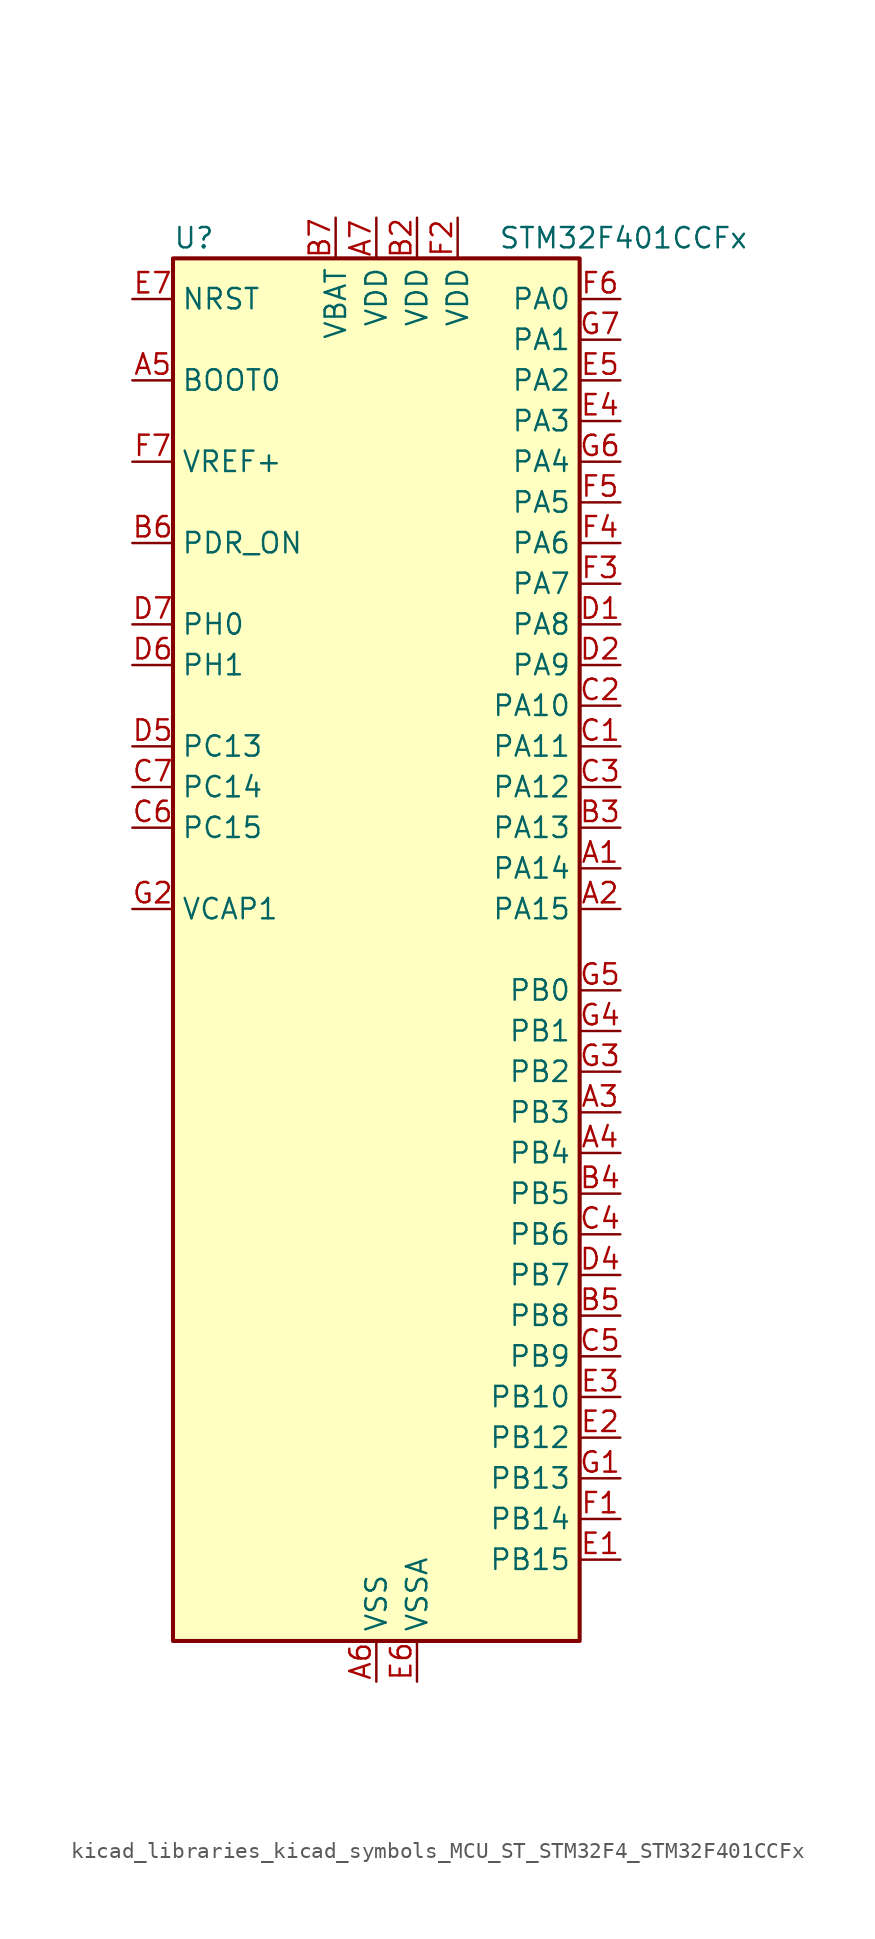
<source format=kicad_sym>
(kicad_symbol_lib
  (version 20220914)
  (generator kicad_symbol_editor)
  (symbol "kicad_libraries_kicad_symbols_MCU_ST_STM32F4_STM32F401CCFx"
    (property "Reference" "U"
      (at -12.7 44.45 0)
      (effects (font (size 1.27 1.27)) (justify left)))
    (property "Value" "STM32F401CCFx"
      (at 7.62 44.45 0)
      (effects (font (size 1.27 1.27)) (justify left)))
    (property "ki_locked" ""
      (at 0 0 0)
      (effects (font (size 1.27 1.27))))
    (symbol "kicad_libraries_kicad_symbols_MCU_ST_STM32F4_STM32F401CCFx_0_1"
      (rectangle (start -12.7 -43.18) (end 12.7 43.18) (stroke (width 0.254) (type default)) (fill (type background))))
    (symbol "kicad_libraries_kicad_symbols_MCU_ST_STM32F4_STM32F401CCFx_1_1"
      (pin bidirectional line (at 15.24 5.08 180) (length 2.54) (name "PA14" (effects (font (size 1.27 1.27)))) (number "A1" (effects (font (size 1.27 1.27)))) (alternate "SYS_JTCK-SWCLK" bidirectional line))
      (pin bidirectional line (at 15.24 2.54 180) (length 2.54) (name "PA15" (effects (font (size 1.27 1.27)))) (number "A2" (effects (font (size 1.27 1.27)))) (alternate "ADC1_EXTI15" bidirectional line) (alternate "I2S3_WS" bidirectional line) (alternate "SPI1_NSS" bidirectional line) (alternate "SPI3_NSS" bidirectional line) (alternate "SYS_JTDI" bidirectional line) (alternate "TIM2_CH1" bidirectional line) (alternate "TIM2_ETR" bidirectional line))
      (pin bidirectional line (at 15.24 -10.16 180) (length 2.54) (name "PB3" (effects (font (size 1.27 1.27)))) (number "A3" (effects (font (size 1.27 1.27)))) (alternate "I2C2_SDA" bidirectional line) (alternate "I2S3_CK" bidirectional line) (alternate "SPI1_SCK" bidirectional line) (alternate "SPI3_SCK" bidirectional line) (alternate "SYS_JTDO-SWO" bidirectional line) (alternate "TIM2_CH2" bidirectional line))
      (pin bidirectional line (at 15.24 -12.7 180) (length 2.54) (name "PB4" (effects (font (size 1.27 1.27)))) (number "A4" (effects (font (size 1.27 1.27)))) (alternate "I2C3_SDA" bidirectional line) (alternate "I2S3_ext_SD" bidirectional line) (alternate "SPI1_MISO" bidirectional line) (alternate "SPI3_MISO" bidirectional line) (alternate "SYS_JTRST" bidirectional line) (alternate "TIM3_CH1" bidirectional line))
      (pin input line (at -15.24 35.56 0) (length 2.54) (name "BOOT0" (effects (font (size 1.27 1.27)))) (number "A5" (effects (font (size 1.27 1.27)))))
      (pin power_in line (at 0 -45.72 90) (length 2.54) (name "VSS" (effects (font (size 1.27 1.27)))) (number "A6" (effects (font (size 1.27 1.27)))))
      (pin power_in line (at 0 45.72 270) (length 2.54) (name "VDD" (effects (font (size 1.27 1.27)))) (number "A7" (effects (font (size 1.27 1.27)))))
      (pin passive line (at 0 -45.72 90) (length 2.54) hide (name "VSS" (effects (font (size 1.27 1.27)))) (number "B1" (effects (font (size 1.27 1.27)))))
      (pin power_in line (at 2.54 45.72 270) (length 2.54) (name "VDD" (effects (font (size 1.27 1.27)))) (number "B2" (effects (font (size 1.27 1.27)))))
      (pin bidirectional line (at 15.24 7.62 180) (length 2.54) (name "PA13" (effects (font (size 1.27 1.27)))) (number "B3" (effects (font (size 1.27 1.27)))) (alternate "SYS_JTMS-SWDIO" bidirectional line))
      (pin bidirectional line (at 15.24 -15.24 180) (length 2.54) (name "PB5" (effects (font (size 1.27 1.27)))) (number "B4" (effects (font (size 1.27 1.27)))) (alternate "I2C1_SMBA" bidirectional line) (alternate "I2S3_SD" bidirectional line) (alternate "SPI1_MOSI" bidirectional line) (alternate "SPI3_MOSI" bidirectional line) (alternate "TIM3_CH2" bidirectional line))
      (pin bidirectional line (at 15.24 -22.86 180) (length 2.54) (name "PB8" (effects (font (size 1.27 1.27)))) (number "B5" (effects (font (size 1.27 1.27)))) (alternate "I2C1_SCL" bidirectional line) (alternate "TIM10_CH1" bidirectional line) (alternate "TIM4_CH3" bidirectional line))
      (pin input line (at -15.24 25.4 0) (length 2.54) (name "PDR_ON" (effects (font (size 1.27 1.27)))) (number "B6" (effects (font (size 1.27 1.27)))))
      (pin power_in line (at -2.54 45.72 270) (length 2.54) (name "VBAT" (effects (font (size 1.27 1.27)))) (number "B7" (effects (font (size 1.27 1.27)))))
      (pin bidirectional line (at 15.24 12.7 180) (length 2.54) (name "PA11" (effects (font (size 1.27 1.27)))) (number "C1" (effects (font (size 1.27 1.27)))) (alternate "ADC1_EXTI11" bidirectional line) (alternate "TIM1_CH4" bidirectional line) (alternate "USART1_CTS" bidirectional line) (alternate "USART6_TX" bidirectional line) (alternate "USB_OTG_FS_DM" bidirectional line))
      (pin bidirectional line (at 15.24 15.24 180) (length 2.54) (name "PA10" (effects (font (size 1.27 1.27)))) (number "C2" (effects (font (size 1.27 1.27)))) (alternate "TIM1_CH3" bidirectional line) (alternate "USART1_RX" bidirectional line) (alternate "USB_OTG_FS_ID" bidirectional line))
      (pin bidirectional line (at 15.24 10.16 180) (length 2.54) (name "PA12" (effects (font (size 1.27 1.27)))) (number "C3" (effects (font (size 1.27 1.27)))) (alternate "TIM1_ETR" bidirectional line) (alternate "USART1_RTS" bidirectional line) (alternate "USART6_RX" bidirectional line) (alternate "USB_OTG_FS_DP" bidirectional line))
      (pin bidirectional line (at 15.24 -17.78 180) (length 2.54) (name "PB6" (effects (font (size 1.27 1.27)))) (number "C4" (effects (font (size 1.27 1.27)))) (alternate "I2C1_SCL" bidirectional line) (alternate "TIM4_CH1" bidirectional line) (alternate "USART1_TX" bidirectional line))
      (pin bidirectional line (at 15.24 -25.4 180) (length 2.54) (name "PB9" (effects (font (size 1.27 1.27)))) (number "C5" (effects (font (size 1.27 1.27)))) (alternate "I2C1_SDA" bidirectional line) (alternate "I2S2_WS" bidirectional line) (alternate "SPI2_NSS" bidirectional line) (alternate "TIM11_CH1" bidirectional line) (alternate "TIM4_CH4" bidirectional line))
      (pin bidirectional line (at -15.24 7.62 0) (length 2.54) (name "PC15" (effects (font (size 1.27 1.27)))) (number "C6" (effects (font (size 1.27 1.27)))) (alternate "ADC1_EXTI15" bidirectional line) (alternate "RCC_OSC32_OUT" bidirectional line))
      (pin bidirectional line (at -15.24 10.16 0) (length 2.54) (name "PC14" (effects (font (size 1.27 1.27)))) (number "C7" (effects (font (size 1.27 1.27)))) (alternate "RCC_OSC32_IN" bidirectional line))
      (pin bidirectional line (at 15.24 20.32 180) (length 2.54) (name "PA8" (effects (font (size 1.27 1.27)))) (number "D1" (effects (font (size 1.27 1.27)))) (alternate "I2C3_SCL" bidirectional line) (alternate "RCC_MCO_1" bidirectional line) (alternate "TIM1_CH1" bidirectional line) (alternate "USART1_CK" bidirectional line) (alternate "USB_OTG_FS_SOF" bidirectional line))
      (pin bidirectional line (at 15.24 17.78 180) (length 2.54) (name "PA9" (effects (font (size 1.27 1.27)))) (number "D2" (effects (font (size 1.27 1.27)))) (alternate "I2C3_SMBA" bidirectional line) (alternate "TIM1_CH2" bidirectional line) (alternate "USART1_TX" bidirectional line) (alternate "USB_OTG_FS_VBUS" bidirectional line))
      (pin passive line (at 0 -45.72 90) (length 2.54) hide (name "VSS" (effects (font (size 1.27 1.27)))) (number "D3" (effects (font (size 1.27 1.27)))))
      (pin bidirectional line (at 15.24 -20.32 180) (length 2.54) (name "PB7" (effects (font (size 1.27 1.27)))) (number "D4" (effects (font (size 1.27 1.27)))) (alternate "I2C1_SDA" bidirectional line) (alternate "TIM4_CH2" bidirectional line) (alternate "USART1_RX" bidirectional line))
      (pin bidirectional line (at -15.24 12.7 0) (length 2.54) (name "PC13" (effects (font (size 1.27 1.27)))) (number "D5" (effects (font (size 1.27 1.27)))) (alternate "RTC_AF1" bidirectional line))
      (pin bidirectional line (at -15.24 17.78 0) (length 2.54) (name "PH1" (effects (font (size 1.27 1.27)))) (number "D6" (effects (font (size 1.27 1.27)))) (alternate "RCC_OSC_OUT" bidirectional line))
      (pin bidirectional line (at -15.24 20.32 0) (length 2.54) (name "PH0" (effects (font (size 1.27 1.27)))) (number "D7" (effects (font (size 1.27 1.27)))) (alternate "RCC_OSC_IN" bidirectional line))
      (pin bidirectional line (at 15.24 -38.1 180) (length 2.54) (name "PB15" (effects (font (size 1.27 1.27)))) (number "E1" (effects (font (size 1.27 1.27)))) (alternate "ADC1_EXTI15" bidirectional line) (alternate "I2S2_SD" bidirectional line) (alternate "RTC_REFIN" bidirectional line) (alternate "SPI2_MOSI" bidirectional line) (alternate "TIM1_CH3N" bidirectional line))
      (pin bidirectional line (at 15.24 -30.48 180) (length 2.54) (name "PB12" (effects (font (size 1.27 1.27)))) (number "E2" (effects (font (size 1.27 1.27)))) (alternate "I2C2_SMBA" bidirectional line) (alternate "I2S2_WS" bidirectional line) (alternate "SPI2_NSS" bidirectional line) (alternate "TIM1_BKIN" bidirectional line))
      (pin bidirectional line (at 15.24 -27.94 180) (length 2.54) (name "PB10" (effects (font (size 1.27 1.27)))) (number "E3" (effects (font (size 1.27 1.27)))) (alternate "I2C2_SCL" bidirectional line) (alternate "I2S2_CK" bidirectional line) (alternate "SPI2_SCK" bidirectional line) (alternate "TIM2_CH3" bidirectional line))
      (pin bidirectional line (at 15.24 33.02 180) (length 2.54) (name "PA3" (effects (font (size 1.27 1.27)))) (number "E4" (effects (font (size 1.27 1.27)))) (alternate "ADC1_IN3" bidirectional line) (alternate "TIM2_CH4" bidirectional line) (alternate "TIM5_CH4" bidirectional line) (alternate "TIM9_CH2" bidirectional line) (alternate "USART2_RX" bidirectional line))
      (pin bidirectional line (at 15.24 35.56 180) (length 2.54) (name "PA2" (effects (font (size 1.27 1.27)))) (number "E5" (effects (font (size 1.27 1.27)))) (alternate "ADC1_IN2" bidirectional line) (alternate "TIM2_CH3" bidirectional line) (alternate "TIM5_CH3" bidirectional line) (alternate "TIM9_CH1" bidirectional line) (alternate "USART2_TX" bidirectional line))
      (pin power_in line (at 2.54 -45.72 90) (length 2.54) (name "VSSA" (effects (font (size 1.27 1.27)))) (number "E6" (effects (font (size 1.27 1.27)))))
      (pin input line (at -15.24 40.64 0) (length 2.54) (name "NRST" (effects (font (size 1.27 1.27)))) (number "E7" (effects (font (size 1.27 1.27)))))
      (pin bidirectional line (at 15.24 -35.56 180) (length 2.54) (name "PB14" (effects (font (size 1.27 1.27)))) (number "F1" (effects (font (size 1.27 1.27)))) (alternate "I2S2_ext_SD" bidirectional line) (alternate "SPI2_MISO" bidirectional line) (alternate "TIM1_CH2N" bidirectional line))
      (pin power_in line (at 5.08 45.72 270) (length 2.54) (name "VDD" (effects (font (size 1.27 1.27)))) (number "F2" (effects (font (size 1.27 1.27)))))
      (pin bidirectional line (at 15.24 22.86 180) (length 2.54) (name "PA7" (effects (font (size 1.27 1.27)))) (number "F3" (effects (font (size 1.27 1.27)))) (alternate "ADC1_IN7" bidirectional line) (alternate "SPI1_MOSI" bidirectional line) (alternate "TIM1_CH1N" bidirectional line) (alternate "TIM3_CH2" bidirectional line))
      (pin bidirectional line (at 15.24 25.4 180) (length 2.54) (name "PA6" (effects (font (size 1.27 1.27)))) (number "F4" (effects (font (size 1.27 1.27)))) (alternate "ADC1_IN6" bidirectional line) (alternate "SPI1_MISO" bidirectional line) (alternate "TIM1_BKIN" bidirectional line) (alternate "TIM3_CH1" bidirectional line))
      (pin bidirectional line (at 15.24 27.94 180) (length 2.54) (name "PA5" (effects (font (size 1.27 1.27)))) (number "F5" (effects (font (size 1.27 1.27)))) (alternate "ADC1_IN5" bidirectional line) (alternate "SPI1_SCK" bidirectional line) (alternate "TIM2_CH1" bidirectional line) (alternate "TIM2_ETR" bidirectional line))
      (pin bidirectional line (at 15.24 40.64 180) (length 2.54) (name "PA0" (effects (font (size 1.27 1.27)))) (number "F6" (effects (font (size 1.27 1.27)))) (alternate "ADC1_IN0" bidirectional line) (alternate "SYS_WKUP" bidirectional line) (alternate "TIM2_CH1" bidirectional line) (alternate "TIM2_ETR" bidirectional line) (alternate "TIM5_CH1" bidirectional line) (alternate "USART2_CTS" bidirectional line))
      (pin input line (at -15.24 30.48 0) (length 2.54) (name "VREF+" (effects (font (size 1.27 1.27)))) (number "F7" (effects (font (size 1.27 1.27)))))
      (pin bidirectional line (at 15.24 -33.02 180) (length 2.54) (name "PB13" (effects (font (size 1.27 1.27)))) (number "G1" (effects (font (size 1.27 1.27)))) (alternate "I2S2_CK" bidirectional line) (alternate "SPI2_SCK" bidirectional line) (alternate "TIM1_CH1N" bidirectional line))
      (pin power_out line (at -15.24 2.54 0) (length 2.54) (name "VCAP1" (effects (font (size 1.27 1.27)))) (number "G2" (effects (font (size 1.27 1.27)))))
      (pin bidirectional line (at 15.24 -7.62 180) (length 2.54) (name "PB2" (effects (font (size 1.27 1.27)))) (number "G3" (effects (font (size 1.27 1.27)))))
      (pin bidirectional line (at 15.24 -5.08 180) (length 2.54) (name "PB1" (effects (font (size 1.27 1.27)))) (number "G4" (effects (font (size 1.27 1.27)))) (alternate "ADC1_IN9" bidirectional line) (alternate "TIM1_CH3N" bidirectional line) (alternate "TIM3_CH4" bidirectional line))
      (pin bidirectional line (at 15.24 -2.54 180) (length 2.54) (name "PB0" (effects (font (size 1.27 1.27)))) (number "G5" (effects (font (size 1.27 1.27)))) (alternate "ADC1_IN8" bidirectional line) (alternate "TIM1_CH2N" bidirectional line) (alternate "TIM3_CH3" bidirectional line))
      (pin bidirectional line (at 15.24 30.48 180) (length 2.54) (name "PA4" (effects (font (size 1.27 1.27)))) (number "G6" (effects (font (size 1.27 1.27)))) (alternate "ADC1_IN4" bidirectional line) (alternate "I2S3_WS" bidirectional line) (alternate "SPI1_NSS" bidirectional line) (alternate "SPI3_NSS" bidirectional line) (alternate "USART2_CK" bidirectional line))
      (pin bidirectional line (at 15.24 38.1 180) (length 2.54) (name "PA1" (effects (font (size 1.27 1.27)))) (number "G7" (effects (font (size 1.27 1.27)))) (alternate "ADC1_IN1" bidirectional line) (alternate "TIM2_CH2" bidirectional line) (alternate "TIM5_CH2" bidirectional line) (alternate "USART2_RTS" bidirectional line)))))
</source>
